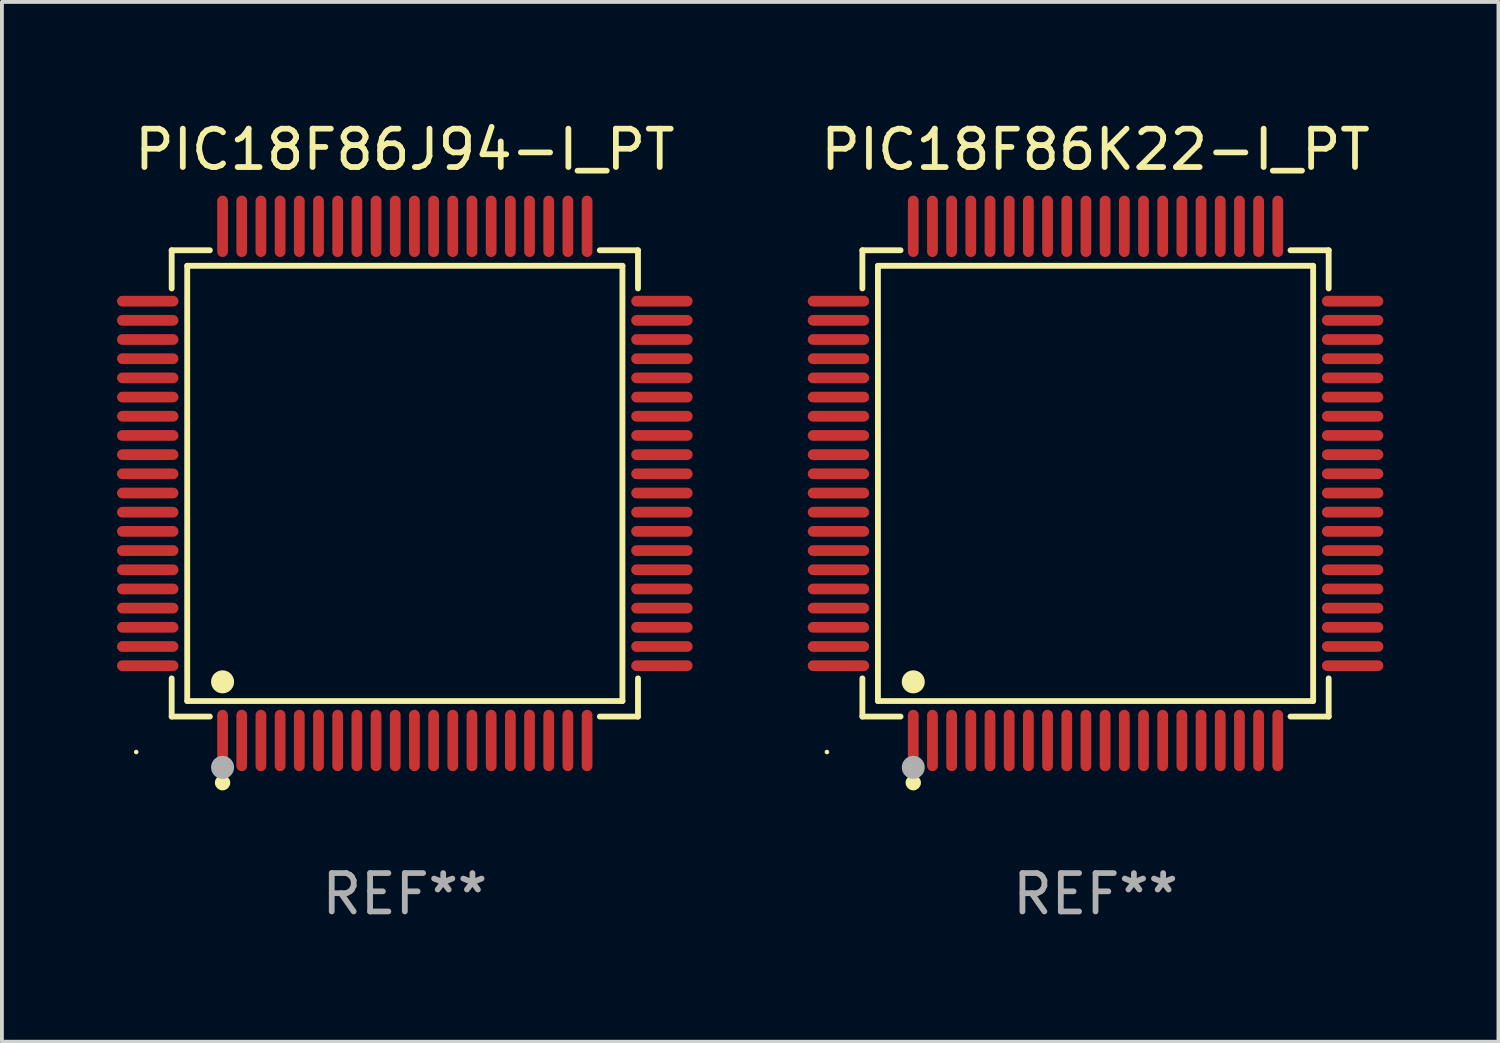
<source format=kicad_pcb>
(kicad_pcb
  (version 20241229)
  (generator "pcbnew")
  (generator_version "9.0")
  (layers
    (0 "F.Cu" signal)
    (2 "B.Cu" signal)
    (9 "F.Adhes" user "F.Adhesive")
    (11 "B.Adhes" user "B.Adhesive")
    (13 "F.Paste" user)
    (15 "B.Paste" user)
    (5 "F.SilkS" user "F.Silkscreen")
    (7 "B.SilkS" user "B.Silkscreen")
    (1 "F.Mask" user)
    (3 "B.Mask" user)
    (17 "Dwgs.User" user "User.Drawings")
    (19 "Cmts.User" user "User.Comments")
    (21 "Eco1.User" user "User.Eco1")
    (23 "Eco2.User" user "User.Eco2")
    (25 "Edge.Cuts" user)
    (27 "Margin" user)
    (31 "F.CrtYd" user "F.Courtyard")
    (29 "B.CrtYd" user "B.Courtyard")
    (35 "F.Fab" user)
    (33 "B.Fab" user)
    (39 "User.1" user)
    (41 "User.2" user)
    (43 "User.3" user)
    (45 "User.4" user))
  (footprint "PIC18F86J94-I_PT"
    (layer "F.Cu")
    (at 7.5 9.548)
    (property "Reference" "PIC18F86J94-I_PT" (at 0 -8.7 0) (layer "F.SilkS") (effects (font (size 1 1) (thickness 0.15))))
    (attr through_hole)
    (fp_line (start -6.076 -6.076) (end -5.081 -6.076) (stroke (width 0.152) (type solid)) (layer "F.SilkS"))
    (fp_line (start -6.076 -5.081) (end -6.076 -6.076) (stroke (width 0.152) (type solid)) (layer "F.SilkS"))
    (fp_line (start -6.076 5.081) (end -6.076 6.076) (stroke (width 0.152) (type solid)) (layer "F.SilkS"))
    (fp_line (start -6.076 6.076) (end -5.081 6.076) (stroke (width 0.152) (type solid)) (layer "F.SilkS"))
    (fp_line (start -5.671 -5.671) (end 5.671 -5.671) (stroke (width 0.152) (type solid)) (layer "F.SilkS"))
    (fp_line (start -5.671 5.671) (end -5.671 -5.671) (stroke (width 0.152) (type solid)) (layer "F.SilkS"))
    (fp_line (start 5.671 -5.671) (end 5.671 5.671) (stroke (width 0.152) (type solid)) (layer "F.SilkS"))
    (fp_line (start 5.671 5.671) (end -5.671 5.671) (stroke (width 0.152) (type solid)) (layer "F.SilkS"))
    (fp_line (start 6.076 -6.076) (end 5.081 -6.076) (stroke (width 0.152) (type solid)) (layer "F.SilkS"))
    (fp_line (start 6.076 -5.081) (end 6.076 -6.076) (stroke (width 0.152) (type solid)) (layer "F.SilkS"))
    (fp_line (start 6.076 5.081) (end 6.076 6.076) (stroke (width 0.152) (type solid)) (layer "F.SilkS"))
    (fp_line (start 6.076 6.076) (end 5.081 6.076) (stroke (width 0.152) (type solid)) (layer "F.SilkS"))
    (fp_circle (center -7 7) (end -6.97 7) (stroke (width 0.06) (type solid)) (fill no) (layer "F.SilkS"))
    (fp_circle (center -4.75 5.171) (end -4.6 5.171) (stroke (width 0.3) (type solid)) (fill no) (layer "F.SilkS"))
    (fp_circle (center -4.75 7.8) (end -4.65 7.8) (stroke (width 0.2) (type solid)) (fill no) (layer "F.SilkS"))
    (fp_circle (center -4.75 7.4) (end -4.6 7.4) (stroke (width 0.3) (type solid)) (fill no) (layer "F.Fab"))
    (fp_text user "REF**" (at 0 10.7 0) (layer "F.Fab") (effects (font (size 1 1) (thickness 0.15))))
    (pad "1" smd oval (at -4.75 6.7) (size 0.28 1.6) (layers "F.Cu" "F.Mask" "F.Paste"))
    (pad "2" smd oval (at -4.25 6.7) (size 0.28 1.6) (layers "F.Cu" "F.Mask" "F.Paste"))
    (pad "3" smd oval (at -3.75 6.7) (size 0.28 1.6) (layers "F.Cu" "F.Mask" "F.Paste"))
    (pad "4" smd oval (at -3.25 6.7) (size 0.28 1.6) (layers "F.Cu" "F.Mask" "F.Paste"))
    (pad "5" smd oval (at -2.75 6.7) (size 0.28 1.6) (layers "F.Cu" "F.Mask" "F.Paste"))
    (pad "6" smd oval (at -2.25 6.7) (size 0.28 1.6) (layers "F.Cu" "F.Mask" "F.Paste"))
    (pad "7" smd oval (at -1.75 6.7) (size 0.28 1.6) (layers "F.Cu" "F.Mask" "F.Paste"))
    (pad "8" smd oval (at -1.25 6.7) (size 0.28 1.6) (layers "F.Cu" "F.Mask" "F.Paste"))
    (pad "9" smd oval (at -0.75 6.7) (size 0.28 1.6) (layers "F.Cu" "F.Mask" "F.Paste"))
    (pad "10" smd oval (at -0.25 6.7) (size 0.28 1.6) (layers "F.Cu" "F.Mask" "F.Paste"))
    (pad "11" smd oval (at 0.25 6.7) (size 0.28 1.6) (layers "F.Cu" "F.Mask" "F.Paste"))
    (pad "12" smd oval (at 0.75 6.7) (size 0.28 1.6) (layers "F.Cu" "F.Mask" "F.Paste"))
    (pad "13" smd oval (at 1.25 6.7) (size 0.28 1.6) (layers "F.Cu" "F.Mask" "F.Paste"))
    (pad "14" smd oval (at 1.75 6.7) (size 0.28 1.6) (layers "F.Cu" "F.Mask" "F.Paste"))
    (pad "15" smd oval (at 2.25 6.7) (size 0.28 1.6) (layers "F.Cu" "F.Mask" "F.Paste"))
    (pad "16" smd oval (at 2.75 6.7) (size 0.28 1.6) (layers "F.Cu" "F.Mask" "F.Paste"))
    (pad "17" smd oval (at 3.25 6.7) (size 0.28 1.6) (layers "F.Cu" "F.Mask" "F.Paste"))
    (pad "18" smd oval (at 3.75 6.7) (size 0.28 1.6) (layers "F.Cu" "F.Mask" "F.Paste"))
    (pad "19" smd oval (at 4.25 6.7) (size 0.28 1.6) (layers "F.Cu" "F.Mask" "F.Paste"))
    (pad "20" smd oval (at 4.75 6.7) (size 0.28 1.6) (layers "F.Cu" "F.Mask" "F.Paste"))
    (pad "21" smd oval (at 6.7 4.75) (size 1.6 0.28) (layers "F.Cu" "F.Mask" "F.Paste"))
    (pad "22" smd oval (at 6.7 4.25) (size 1.6 0.28) (layers "F.Cu" "F.Mask" "F.Paste"))
    (pad "23" smd oval (at 6.7 3.75) (size 1.6 0.28) (layers "F.Cu" "F.Mask" "F.Paste"))
    (pad "24" smd oval (at 6.7 3.25) (size 1.6 0.28) (layers "F.Cu" "F.Mask" "F.Paste"))
    (pad "25" smd oval (at 6.7 2.75) (size 1.6 0.28) (layers "F.Cu" "F.Mask" "F.Paste"))
    (pad "26" smd oval (at 6.7 2.25) (size 1.6 0.28) (layers "F.Cu" "F.Mask" "F.Paste"))
    (pad "27" smd oval (at 6.7 1.75) (size 1.6 0.28) (layers "F.Cu" "F.Mask" "F.Paste"))
    (pad "28" smd oval (at 6.7 1.25) (size 1.6 0.28) (layers "F.Cu" "F.Mask" "F.Paste"))
    (pad "29" smd oval (at 6.7 0.75) (size 1.6 0.28) (layers "F.Cu" "F.Mask" "F.Paste"))
    (pad "30" smd oval (at 6.7 0.25) (size 1.6 0.28) (layers "F.Cu" "F.Mask" "F.Paste"))
    (pad "31" smd oval (at 6.7 -0.25) (size 1.6 0.28) (layers "F.Cu" "F.Mask" "F.Paste"))
    (pad "32" smd oval (at 6.7 -0.75) (size 1.6 0.28) (layers "F.Cu" "F.Mask" "F.Paste"))
    (pad "33" smd oval (at 6.7 -1.25) (size 1.6 0.28) (layers "F.Cu" "F.Mask" "F.Paste"))
    (pad "34" smd oval (at 6.7 -1.75) (size 1.6 0.28) (layers "F.Cu" "F.Mask" "F.Paste"))
    (pad "35" smd oval (at 6.7 -2.25) (size 1.6 0.28) (layers "F.Cu" "F.Mask" "F.Paste"))
    (pad "36" smd oval (at 6.7 -2.75) (size 1.6 0.28) (layers "F.Cu" "F.Mask" "F.Paste"))
    (pad "37" smd oval (at 6.7 -3.25) (size 1.6 0.28) (layers "F.Cu" "F.Mask" "F.Paste"))
    (pad "38" smd oval (at 6.7 -3.75) (size 1.6 0.28) (layers "F.Cu" "F.Mask" "F.Paste"))
    (pad "39" smd oval (at 6.7 -4.25) (size 1.6 0.28) (layers "F.Cu" "F.Mask" "F.Paste"))
    (pad "40" smd oval (at 6.7 -4.75) (size 1.6 0.28) (layers "F.Cu" "F.Mask" "F.Paste"))
    (pad "41" smd oval (at 4.75 -6.7) (size 0.28 1.6) (layers "F.Cu" "F.Mask" "F.Paste"))
    (pad "42" smd oval (at 4.25 -6.7) (size 0.28 1.6) (layers "F.Cu" "F.Mask" "F.Paste"))
    (pad "43" smd oval (at 3.75 -6.7) (size 0.28 1.6) (layers "F.Cu" "F.Mask" "F.Paste"))
    (pad "44" smd oval (at 3.25 -6.7) (size 0.28 1.6) (layers "F.Cu" "F.Mask" "F.Paste"))
    (pad "45" smd oval (at 2.75 -6.7) (size 0.28 1.6) (layers "F.Cu" "F.Mask" "F.Paste"))
    (pad "46" smd oval (at 2.25 -6.7) (size 0.28 1.6) (layers "F.Cu" "F.Mask" "F.Paste"))
    (pad "47" smd oval (at 1.75 -6.7) (size 0.28 1.6) (layers "F.Cu" "F.Mask" "F.Paste"))
    (pad "48" smd oval (at 1.25 -6.7) (size 0.28 1.6) (layers "F.Cu" "F.Mask" "F.Paste"))
    (pad "49" smd oval (at 0.75 -6.7) (size 0.28 1.6) (layers "F.Cu" "F.Mask" "F.Paste"))
    (pad "50" smd oval (at 0.25 -6.7) (size 0.28 1.6) (layers "F.Cu" "F.Mask" "F.Paste"))
    (pad "51" smd oval (at -0.25 -6.7) (size 0.28 1.6) (layers "F.Cu" "F.Mask" "F.Paste"))
    (pad "52" smd oval (at -0.75 -6.7) (size 0.28 1.6) (layers "F.Cu" "F.Mask" "F.Paste"))
    (pad "53" smd oval (at -1.25 -6.7) (size 0.28 1.6) (layers "F.Cu" "F.Mask" "F.Paste"))
    (pad "54" smd oval (at -1.75 -6.7) (size 0.28 1.6) (layers "F.Cu" "F.Mask" "F.Paste"))
    (pad "55" smd oval (at -2.25 -6.7) (size 0.28 1.6) (layers "F.Cu" "F.Mask" "F.Paste"))
    (pad "56" smd oval (at -2.75 -6.7) (size 0.28 1.6) (layers "F.Cu" "F.Mask" "F.Paste"))
    (pad "57" smd oval (at -3.25 -6.7) (size 0.28 1.6) (layers "F.Cu" "F.Mask" "F.Paste"))
    (pad "58" smd oval (at -3.75 -6.7) (size 0.28 1.6) (layers "F.Cu" "F.Mask" "F.Paste"))
    (pad "59" smd oval (at -4.25 -6.7) (size 0.28 1.6) (layers "F.Cu" "F.Mask" "F.Paste"))
    (pad "60" smd oval (at -4.75 -6.7) (size 0.28 1.6) (layers "F.Cu" "F.Mask" "F.Paste"))
    (pad "61" smd oval (at -6.7 -4.75) (size 1.6 0.28) (layers "F.Cu" "F.Mask" "F.Paste"))
    (pad "62" smd oval (at -6.7 -4.25) (size 1.6 0.28) (layers "F.Cu" "F.Mask" "F.Paste"))
    (pad "63" smd oval (at -6.7 -3.75) (size 1.6 0.28) (layers "F.Cu" "F.Mask" "F.Paste"))
    (pad "64" smd oval (at -6.7 -3.25) (size 1.6 0.28) (layers "F.Cu" "F.Mask" "F.Paste"))
    (pad "65" smd oval (at -6.7 -2.75) (size 1.6 0.28) (layers "F.Cu" "F.Mask" "F.Paste"))
    (pad "66" smd oval (at -6.7 -2.25) (size 1.6 0.28) (layers "F.Cu" "F.Mask" "F.Paste"))
    (pad "67" smd oval (at -6.7 -1.75) (size 1.6 0.28) (layers "F.Cu" "F.Mask" "F.Paste"))
    (pad "68" smd oval (at -6.7 -1.25) (size 1.6 0.28) (layers "F.Cu" "F.Mask" "F.Paste"))
    (pad "69" smd oval (at -6.7 -0.75) (size 1.6 0.28) (layers "F.Cu" "F.Mask" "F.Paste"))
    (pad "70" smd oval (at -6.7 -0.25) (size 1.6 0.28) (layers "F.Cu" "F.Mask" "F.Paste"))
    (pad "71" smd oval (at -6.7 0.25) (size 1.6 0.28) (layers "F.Cu" "F.Mask" "F.Paste"))
    (pad "72" smd oval (at -6.7 0.75) (size 1.6 0.28) (layers "F.Cu" "F.Mask" "F.Paste"))
    (pad "73" smd oval (at -6.7 1.25) (size 1.6 0.28) (layers "F.Cu" "F.Mask" "F.Paste"))
    (pad "74" smd oval (at -6.7 1.75) (size 1.6 0.28) (layers "F.Cu" "F.Mask" "F.Paste"))
    (pad "75" smd oval (at -6.7 2.25) (size 1.6 0.28) (layers "F.Cu" "F.Mask" "F.Paste"))
    (pad "76" smd oval (at -6.7 2.75) (size 1.6 0.28) (layers "F.Cu" "F.Mask" "F.Paste"))
    (pad "77" smd oval (at -6.7 3.25) (size 1.6 0.28) (layers "F.Cu" "F.Mask" "F.Paste"))
    (pad "78" smd oval (at -6.7 3.75) (size 1.6 0.28) (layers "F.Cu" "F.Mask" "F.Paste"))
    (pad "79" smd oval (at -6.7 4.25) (size 1.6 0.28) (layers "F.Cu" "F.Mask" "F.Paste"))
    (pad "80" smd oval (at -6.7 4.75) (size 1.6 0.28) (layers "F.Cu" "F.Mask" "F.Paste")))
  (footprint "PIC18F86K22-I_PT"
    (layer "F.Cu")
    (at 25.5 9.548)
    (property "Reference" "PIC18F86K22-I_PT" (at 0 -8.7 0) (layer "F.SilkS") (effects (font (size 1 1) (thickness 0.15))))
    (attr through_hole)
    (fp_line (start -6.076 -6.076) (end -5.081 -6.076) (stroke (width 0.152) (type solid)) (layer "F.SilkS"))
    (fp_line (start -6.076 -5.081) (end -6.076 -6.076) (stroke (width 0.152) (type solid)) (layer "F.SilkS"))
    (fp_line (start -6.076 5.081) (end -6.076 6.076) (stroke (width 0.152) (type solid)) (layer "F.SilkS"))
    (fp_line (start -6.076 6.076) (end -5.081 6.076) (stroke (width 0.152) (type solid)) (layer "F.SilkS"))
    (fp_line (start -5.671 -5.671) (end 5.671 -5.671) (stroke (width 0.152) (type solid)) (layer "F.SilkS"))
    (fp_line (start -5.671 5.671) (end -5.671 -5.671) (stroke (width 0.152) (type solid)) (layer "F.SilkS"))
    (fp_line (start 5.671 -5.671) (end 5.671 5.671) (stroke (width 0.152) (type solid)) (layer "F.SilkS"))
    (fp_line (start 5.671 5.671) (end -5.671 5.671) (stroke (width 0.152) (type solid)) (layer "F.SilkS"))
    (fp_line (start 6.076 -6.076) (end 5.081 -6.076) (stroke (width 0.152) (type solid)) (layer "F.SilkS"))
    (fp_line (start 6.076 -5.081) (end 6.076 -6.076) (stroke (width 0.152) (type solid)) (layer "F.SilkS"))
    (fp_line (start 6.076 5.081) (end 6.076 6.076) (stroke (width 0.152) (type solid)) (layer "F.SilkS"))
    (fp_line (start 6.076 6.076) (end 5.081 6.076) (stroke (width 0.152) (type solid)) (layer "F.SilkS"))
    (fp_circle (center -7 7) (end -6.97 7) (stroke (width 0.06) (type solid)) (fill no) (layer "F.SilkS"))
    (fp_circle (center -4.75 5.171) (end -4.6 5.171) (stroke (width 0.3) (type solid)) (fill no) (layer "F.SilkS"))
    (fp_circle (center -4.75 7.8) (end -4.65 7.8) (stroke (width 0.2) (type solid)) (fill no) (layer "F.SilkS"))
    (fp_circle (center -4.75 7.4) (end -4.6 7.4) (stroke (width 0.3) (type solid)) (fill no) (layer "F.Fab"))
    (fp_text user "REF**" (at 0 10.7 0) (layer "F.Fab") (effects (font (size 1 1) (thickness 0.15))))
    (pad "1" smd oval (at -4.75 6.7) (size 0.28 1.6) (layers "F.Cu" "F.Mask" "F.Paste"))
    (pad "2" smd oval (at -4.25 6.7) (size 0.28 1.6) (layers "F.Cu" "F.Mask" "F.Paste"))
    (pad "3" smd oval (at -3.75 6.7) (size 0.28 1.6) (layers "F.Cu" "F.Mask" "F.Paste"))
    (pad "4" smd oval (at -3.25 6.7) (size 0.28 1.6) (layers "F.Cu" "F.Mask" "F.Paste"))
    (pad "5" smd oval (at -2.75 6.7) (size 0.28 1.6) (layers "F.Cu" "F.Mask" "F.Paste"))
    (pad "6" smd oval (at -2.25 6.7) (size 0.28 1.6) (layers "F.Cu" "F.Mask" "F.Paste"))
    (pad "7" smd oval (at -1.75 6.7) (size 0.28 1.6) (layers "F.Cu" "F.Mask" "F.Paste"))
    (pad "8" smd oval (at -1.25 6.7) (size 0.28 1.6) (layers "F.Cu" "F.Mask" "F.Paste"))
    (pad "9" smd oval (at -0.75 6.7) (size 0.28 1.6) (layers "F.Cu" "F.Mask" "F.Paste"))
    (pad "10" smd oval (at -0.25 6.7) (size 0.28 1.6) (layers "F.Cu" "F.Mask" "F.Paste"))
    (pad "11" smd oval (at 0.25 6.7) (size 0.28 1.6) (layers "F.Cu" "F.Mask" "F.Paste"))
    (pad "12" smd oval (at 0.75 6.7) (size 0.28 1.6) (layers "F.Cu" "F.Mask" "F.Paste"))
    (pad "13" smd oval (at 1.25 6.7) (size 0.28 1.6) (layers "F.Cu" "F.Mask" "F.Paste"))
    (pad "14" smd oval (at 1.75 6.7) (size 0.28 1.6) (layers "F.Cu" "F.Mask" "F.Paste"))
    (pad "15" smd oval (at 2.25 6.7) (size 0.28 1.6) (layers "F.Cu" "F.Mask" "F.Paste"))
    (pad "16" smd oval (at 2.75 6.7) (size 0.28 1.6) (layers "F.Cu" "F.Mask" "F.Paste"))
    (pad "17" smd oval (at 3.25 6.7) (size 0.28 1.6) (layers "F.Cu" "F.Mask" "F.Paste"))
    (pad "18" smd oval (at 3.75 6.7) (size 0.28 1.6) (layers "F.Cu" "F.Mask" "F.Paste"))
    (pad "19" smd oval (at 4.25 6.7) (size 0.28 1.6) (layers "F.Cu" "F.Mask" "F.Paste"))
    (pad "20" smd oval (at 4.75 6.7) (size 0.28 1.6) (layers "F.Cu" "F.Mask" "F.Paste"))
    (pad "21" smd oval (at 6.7 4.75) (size 1.6 0.28) (layers "F.Cu" "F.Mask" "F.Paste"))
    (pad "22" smd oval (at 6.7 4.25) (size 1.6 0.28) (layers "F.Cu" "F.Mask" "F.Paste"))
    (pad "23" smd oval (at 6.7 3.75) (size 1.6 0.28) (layers "F.Cu" "F.Mask" "F.Paste"))
    (pad "24" smd oval (at 6.7 3.25) (size 1.6 0.28) (layers "F.Cu" "F.Mask" "F.Paste"))
    (pad "25" smd oval (at 6.7 2.75) (size 1.6 0.28) (layers "F.Cu" "F.Mask" "F.Paste"))
    (pad "26" smd oval (at 6.7 2.25) (size 1.6 0.28) (layers "F.Cu" "F.Mask" "F.Paste"))
    (pad "27" smd oval (at 6.7 1.75) (size 1.6 0.28) (layers "F.Cu" "F.Mask" "F.Paste"))
    (pad "28" smd oval (at 6.7 1.25) (size 1.6 0.28) (layers "F.Cu" "F.Mask" "F.Paste"))
    (pad "29" smd oval (at 6.7 0.75) (size 1.6 0.28) (layers "F.Cu" "F.Mask" "F.Paste"))
    (pad "30" smd oval (at 6.7 0.25) (size 1.6 0.28) (layers "F.Cu" "F.Mask" "F.Paste"))
    (pad "31" smd oval (at 6.7 -0.25) (size 1.6 0.28) (layers "F.Cu" "F.Mask" "F.Paste"))
    (pad "32" smd oval (at 6.7 -0.75) (size 1.6 0.28) (layers "F.Cu" "F.Mask" "F.Paste"))
    (pad "33" smd oval (at 6.7 -1.25) (size 1.6 0.28) (layers "F.Cu" "F.Mask" "F.Paste"))
    (pad "34" smd oval (at 6.7 -1.75) (size 1.6 0.28) (layers "F.Cu" "F.Mask" "F.Paste"))
    (pad "35" smd oval (at 6.7 -2.25) (size 1.6 0.28) (layers "F.Cu" "F.Mask" "F.Paste"))
    (pad "36" smd oval (at 6.7 -2.75) (size 1.6 0.28) (layers "F.Cu" "F.Mask" "F.Paste"))
    (pad "37" smd oval (at 6.7 -3.25) (size 1.6 0.28) (layers "F.Cu" "F.Mask" "F.Paste"))
    (pad "38" smd oval (at 6.7 -3.75) (size 1.6 0.28) (layers "F.Cu" "F.Mask" "F.Paste"))
    (pad "39" smd oval (at 6.7 -4.25) (size 1.6 0.28) (layers "F.Cu" "F.Mask" "F.Paste"))
    (pad "40" smd oval (at 6.7 -4.75) (size 1.6 0.28) (layers "F.Cu" "F.Mask" "F.Paste"))
    (pad "41" smd oval (at 4.75 -6.7) (size 0.28 1.6) (layers "F.Cu" "F.Mask" "F.Paste"))
    (pad "42" smd oval (at 4.25 -6.7) (size 0.28 1.6) (layers "F.Cu" "F.Mask" "F.Paste"))
    (pad "43" smd oval (at 3.75 -6.7) (size 0.28 1.6) (layers "F.Cu" "F.Mask" "F.Paste"))
    (pad "44" smd oval (at 3.25 -6.7) (size 0.28 1.6) (layers "F.Cu" "F.Mask" "F.Paste"))
    (pad "45" smd oval (at 2.75 -6.7) (size 0.28 1.6) (layers "F.Cu" "F.Mask" "F.Paste"))
    (pad "46" smd oval (at 2.25 -6.7) (size 0.28 1.6) (layers "F.Cu" "F.Mask" "F.Paste"))
    (pad "47" smd oval (at 1.75 -6.7) (size 0.28 1.6) (layers "F.Cu" "F.Mask" "F.Paste"))
    (pad "48" smd oval (at 1.25 -6.7) (size 0.28 1.6) (layers "F.Cu" "F.Mask" "F.Paste"))
    (pad "49" smd oval (at 0.75 -6.7) (size 0.28 1.6) (layers "F.Cu" "F.Mask" "F.Paste"))
    (pad "50" smd oval (at 0.25 -6.7) (size 0.28 1.6) (layers "F.Cu" "F.Mask" "F.Paste"))
    (pad "51" smd oval (at -0.25 -6.7) (size 0.28 1.6) (layers "F.Cu" "F.Mask" "F.Paste"))
    (pad "52" smd oval (at -0.75 -6.7) (size 0.28 1.6) (layers "F.Cu" "F.Mask" "F.Paste"))
    (pad "53" smd oval (at -1.25 -6.7) (size 0.28 1.6) (layers "F.Cu" "F.Mask" "F.Paste"))
    (pad "54" smd oval (at -1.75 -6.7) (size 0.28 1.6) (layers "F.Cu" "F.Mask" "F.Paste"))
    (pad "55" smd oval (at -2.25 -6.7) (size 0.28 1.6) (layers "F.Cu" "F.Mask" "F.Paste"))
    (pad "56" smd oval (at -2.75 -6.7) (size 0.28 1.6) (layers "F.Cu" "F.Mask" "F.Paste"))
    (pad "57" smd oval (at -3.25 -6.7) (size 0.28 1.6) (layers "F.Cu" "F.Mask" "F.Paste"))
    (pad "58" smd oval (at -3.75 -6.7) (size 0.28 1.6) (layers "F.Cu" "F.Mask" "F.Paste"))
    (pad "59" smd oval (at -4.25 -6.7) (size 0.28 1.6) (layers "F.Cu" "F.Mask" "F.Paste"))
    (pad "60" smd oval (at -4.75 -6.7) (size 0.28 1.6) (layers "F.Cu" "F.Mask" "F.Paste"))
    (pad "61" smd oval (at -6.7 -4.75) (size 1.6 0.28) (layers "F.Cu" "F.Mask" "F.Paste"))
    (pad "62" smd oval (at -6.7 -4.25) (size 1.6 0.28) (layers "F.Cu" "F.Mask" "F.Paste"))
    (pad "63" smd oval (at -6.7 -3.75) (size 1.6 0.28) (layers "F.Cu" "F.Mask" "F.Paste"))
    (pad "64" smd oval (at -6.7 -3.25) (size 1.6 0.28) (layers "F.Cu" "F.Mask" "F.Paste"))
    (pad "65" smd oval (at -6.7 -2.75) (size 1.6 0.28) (layers "F.Cu" "F.Mask" "F.Paste"))
    (pad "66" smd oval (at -6.7 -2.25) (size 1.6 0.28) (layers "F.Cu" "F.Mask" "F.Paste"))
    (pad "67" smd oval (at -6.7 -1.75) (size 1.6 0.28) (layers "F.Cu" "F.Mask" "F.Paste"))
    (pad "68" smd oval (at -6.7 -1.25) (size 1.6 0.28) (layers "F.Cu" "F.Mask" "F.Paste"))
    (pad "69" smd oval (at -6.7 -0.75) (size 1.6 0.28) (layers "F.Cu" "F.Mask" "F.Paste"))
    (pad "70" smd oval (at -6.7 -0.25) (size 1.6 0.28) (layers "F.Cu" "F.Mask" "F.Paste"))
    (pad "71" smd oval (at -6.7 0.25) (size 1.6 0.28) (layers "F.Cu" "F.Mask" "F.Paste"))
    (pad "72" smd oval (at -6.7 0.75) (size 1.6 0.28) (layers "F.Cu" "F.Mask" "F.Paste"))
    (pad "73" smd oval (at -6.7 1.25) (size 1.6 0.28) (layers "F.Cu" "F.Mask" "F.Paste"))
    (pad "74" smd oval (at -6.7 1.75) (size 1.6 0.28) (layers "F.Cu" "F.Mask" "F.Paste"))
    (pad "75" smd oval (at -6.7 2.25) (size 1.6 0.28) (layers "F.Cu" "F.Mask" "F.Paste"))
    (pad "76" smd oval (at -6.7 2.75) (size 1.6 0.28) (layers "F.Cu" "F.Mask" "F.Paste"))
    (pad "77" smd oval (at -6.7 3.25) (size 1.6 0.28) (layers "F.Cu" "F.Mask" "F.Paste"))
    (pad "78" smd oval (at -6.7 3.75) (size 1.6 0.28) (layers "F.Cu" "F.Mask" "F.Paste"))
    (pad "79" smd oval (at -6.7 4.25) (size 1.6 0.28) (layers "F.Cu" "F.Mask" "F.Paste"))
    (pad "80" smd oval (at -6.7 4.75) (size 1.6 0.28) (layers "F.Cu" "F.Mask" "F.Paste")))
  (gr_rect
    (start -3 -3)
    (end 36 24.097)
    (stroke (width 0.1) (type default))
    (fill no)
    (layer "Edge.Cuts")))
</source>
